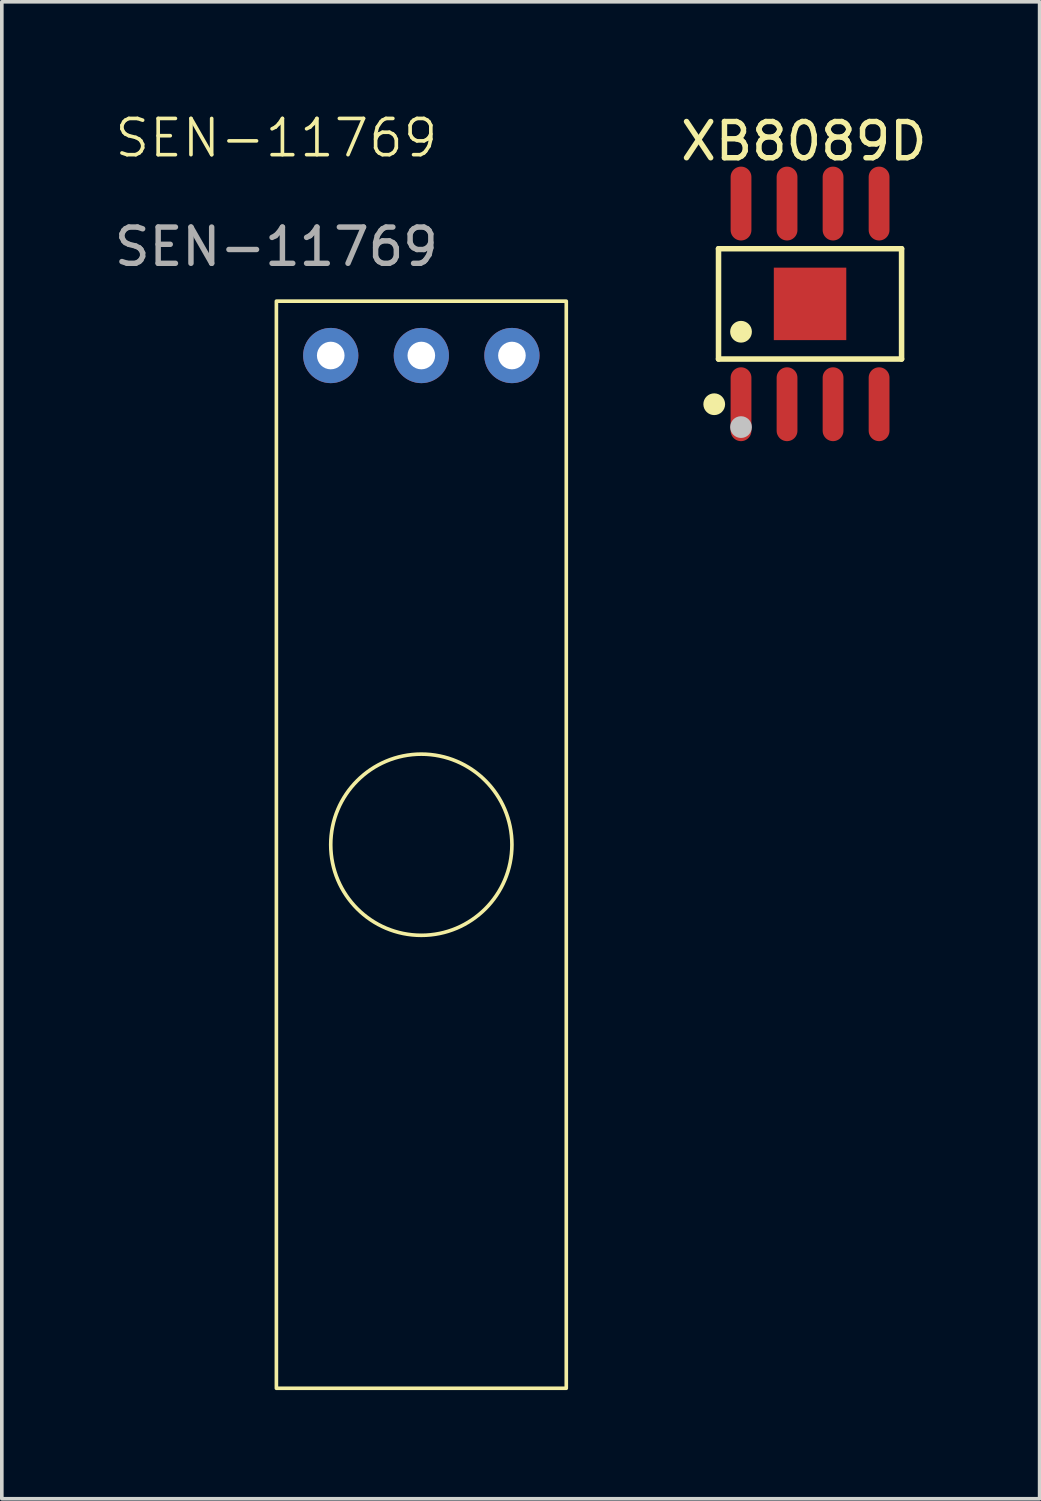
<source format=kicad_pcb>
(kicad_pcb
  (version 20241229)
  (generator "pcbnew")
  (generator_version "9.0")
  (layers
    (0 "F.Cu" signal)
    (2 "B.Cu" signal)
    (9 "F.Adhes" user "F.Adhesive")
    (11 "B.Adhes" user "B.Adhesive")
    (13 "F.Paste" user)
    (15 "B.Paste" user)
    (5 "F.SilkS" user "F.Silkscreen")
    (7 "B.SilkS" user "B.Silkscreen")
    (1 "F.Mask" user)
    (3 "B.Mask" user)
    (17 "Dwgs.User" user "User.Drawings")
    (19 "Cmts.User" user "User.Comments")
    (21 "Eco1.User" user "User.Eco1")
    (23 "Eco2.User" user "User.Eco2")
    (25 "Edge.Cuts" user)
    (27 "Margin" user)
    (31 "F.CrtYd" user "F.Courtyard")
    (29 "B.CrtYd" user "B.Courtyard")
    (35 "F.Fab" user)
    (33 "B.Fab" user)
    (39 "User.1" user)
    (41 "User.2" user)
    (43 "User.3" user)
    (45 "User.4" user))
  (footprint "XB8089D"
    (layer "F.Cu")
    (at 19.304 5.336)
    (property "Reference" "XB8089D" (at -0.171 -4.488 0) (layer "F.SilkS") (effects (font (size 1 1) (thickness 0.15))))
    (fp_line (start -2.526 -1.522) (end 2.526 -1.522) (stroke (width 0.152) (type default)) (layer "F.SilkS"))
    (fp_line (start -2.526 1.522) (end -2.526 -1.522) (stroke (width 0.152) (type default)) (layer "F.SilkS"))
    (fp_line (start 2.526 -1.522) (end 2.526 1.522) (stroke (width 0.152) (type default)) (layer "F.SilkS"))
    (fp_line (start 2.526 1.522) (end -2.526 1.522) (stroke (width 0.152) (type default)) (layer "F.SilkS"))
    (fp_circle (center -2.644 2.769) (end -2.494 2.769) (stroke (width 0.3) (type default)) (fill no) (layer "F.SilkS"))
    (fp_circle (center -1.905 0.769) (end -1.755 0.769) (stroke (width 0.3) (type default)) (fill no) (layer "F.SilkS"))
    (fp_circle (center -1.905 3.4) (end -1.755 3.4) (stroke (width 0.3) (type default)) (fill no) (layer "Dwgs.User"))
    (fp_poly (pts (xy -2.11 -3) (xy -2.11 -2.165) (xy -1.7 -2.165) (xy -1.7 -3)) (stroke (width 0.1) (type default)) (fill no) (layer "User.1"))
    (fp_poly (pts (xy -2.11 -2.175) (xy -2.11 -1.94) (xy -1.7 -1.94) (xy -1.7 -2.175)) (stroke (width 0.1) (type default)) (fill no) (layer "User.1"))
    (fp_poly (pts (xy -2.11 2.175) (xy -2.11 1.94) (xy -1.7 1.94) (xy -1.7 2.175)) (stroke (width 0.1) (type default)) (fill no) (layer "User.1"))
    (fp_poly (pts (xy -2.11 3) (xy -2.11 2.165) (xy -1.7 2.165) (xy -1.7 3)) (stroke (width 0.1) (type default)) (fill no) (layer "User.1"))
    (fp_poly (pts (xy -1 1) (xy -1 -1) (xy 1 -1) (xy 1 1)) (stroke (width 0.1) (type default)) (fill no) (layer "User.1"))
    (fp_poly (pts (xy -0.84 -3) (xy -0.84 -2.165) (xy -0.43 -2.165) (xy -0.43 -3)) (stroke (width 0.1) (type default)) (fill no) (layer "User.1"))
    (fp_poly (pts (xy -0.84 -2.175) (xy -0.84 -1.94) (xy -0.43 -1.94) (xy -0.43 -2.175)) (stroke (width 0.1) (type default)) (fill no) (layer "User.1"))
    (fp_poly (pts (xy -0.84 2.175) (xy -0.84 1.94) (xy -0.43 1.94) (xy -0.43 2.175)) (stroke (width 0.1) (type default)) (fill no) (layer "User.1"))
    (fp_poly (pts (xy -0.84 3) (xy -0.84 2.165) (xy -0.43 2.165) (xy -0.43 3)) (stroke (width 0.1) (type default)) (fill no) (layer "User.1"))
    (fp_poly (pts (xy 0.43 -3) (xy 0.43 -2.165) (xy 0.84 -2.165) (xy 0.84 -3)) (stroke (width 0.1) (type default)) (fill no) (layer "User.1"))
    (fp_poly (pts (xy 0.43 -2.175) (xy 0.43 -1.94) (xy 0.84 -1.94) (xy 0.84 -2.175)) (stroke (width 0.1) (type default)) (fill no) (layer "User.1"))
    (fp_poly (pts (xy 0.43 2.175) (xy 0.43 1.94) (xy 0.84 1.94) (xy 0.84 2.175)) (stroke (width 0.1) (type default)) (fill no) (layer "User.1"))
    (fp_poly (pts (xy 0.43 3) (xy 0.43 2.165) (xy 0.84 2.165) (xy 0.84 3)) (stroke (width 0.1) (type default)) (fill no) (layer "User.1"))
    (fp_poly (pts (xy 1.7 -3) (xy 1.7 -2.165) (xy 2.11 -2.165) (xy 2.11 -3)) (stroke (width 0.1) (type default)) (fill no) (layer "User.1"))
    (fp_poly (pts (xy 1.7 -2.175) (xy 1.7 -1.94) (xy 2.11 -1.94) (xy 2.11 -2.175)) (stroke (width 0.1) (type default)) (fill no) (layer "User.1"))
    (fp_poly (pts (xy 1.7 2.175) (xy 1.7 1.94) (xy 2.11 1.94) (xy 2.11 2.175)) (stroke (width 0.1) (type default)) (fill no) (layer "User.1"))
    (fp_poly (pts (xy 1.7 3) (xy 1.7 2.165) (xy 2.11 2.165) (xy 2.11 3)) (stroke (width 0.1) (type default)) (fill no) (layer "User.1"))
    (fp_line (start -2.45 -1.95) (end 2.45 -1.95) (stroke (width 0.051) (type default)) (layer "User.2"))
    (fp_line (start -2.45 1.95) (end -2.45 -1.95) (stroke (width 0.051) (type default)) (layer "User.2"))
    (fp_line (start 2.45 -1.95) (end 2.45 1.95) (stroke (width 0.051) (type default)) (layer "User.2"))
    (fp_line (start 2.45 1.95) (end -2.45 1.95) (stroke (width 0.051) (type default)) (layer "User.2"))
    (fp_poly (pts (xy -2.39 3) (xy -2.408 2.958) (xy -2.45 2.94) (xy -2.492 2.958) (xy -2.51 3) (xy -2.492 3.042) (xy -2.45 3.06) (xy -2.408 3.042)) (stroke (width 0.1) (type default)) (fill no) (layer "User.3"))
    (pad "1" smd oval (at -1.905 2.769) (size 0.574 2.038) (layers "F.Cu" "F.Mask" "F.Paste"))
    (pad "2" smd oval (at -0.635 2.769) (size 0.574 2.038) (layers "F.Cu" "F.Mask" "F.Paste"))
    (pad "3" smd oval (at 0.635 2.769) (size 0.574 2.038) (layers "F.Cu" "F.Mask" "F.Paste"))
    (pad "4" smd oval (at 1.905 2.769) (size 0.574 2.038) (layers "F.Cu" "F.Mask" "F.Paste"))
    (pad "5" smd oval (at 1.905 -2.769) (size 0.574 2.038) (layers "F.Cu" "F.Mask" "F.Paste"))
    (pad "6" smd oval (at 0.635 -2.769) (size 0.574 2.038) (layers "F.Cu" "F.Mask" "F.Paste"))
    (pad "7" smd oval (at -0.635 -2.769) (size 0.574 2.038) (layers "F.Cu" "F.Mask" "F.Paste"))
    (pad "8" smd oval (at -1.905 -2.769) (size 0.574 2.038) (layers "F.Cu" "F.Mask" "F.Paste"))
    (pad "9" smd rect (at 0 0) (size 2 2) (layers "F.Cu" "F.Mask" "F.Paste")))
  (footprint "SEN-11769"
    (layer "F.Cu")
    (at 4.577 5.261)
    (property "Reference" "SEN-11769" (at 0 -4.5 0) (unlocked yes) (layer "F.SilkS") (effects (font (size 1 1) (thickness 0.1))))
    (attr through_hole)
    (fp_rect (start 0 0) (end 8 30) (stroke (width 0.1) (type default)) (fill no) (layer "F.SilkS"))
    (fp_circle (center 4 15) (end 6 13.5) (stroke (width 0.1) (type default)) (fill no) (layer "F.SilkS"))
    (fp_text user "${REFERENCE}" (at 0 -1.5 0) (unlocked yes) (layer "F.Fab") (effects (font (size 1 1) (thickness 0.15))))
    (pad "1" thru_hole circle (at 1.5 1.5) (size 1.524 1.524) (drill 0.762) (layers "*.Cu" "*.Mask"))
    (pad "2" thru_hole circle (at 4 1.5) (size 1.524 1.524) (drill 0.762) (layers "*.Cu" "*.Mask"))
    (pad "3" thru_hole circle (at 6.5 1.5) (size 1.524 1.524) (drill 0.762) (layers "*.Cu" "*.Mask")))
  (gr_rect
    (start -3 -3)
    (end 25.639 38.31)
    (stroke (width 0.1) (type default))
    (fill no)
    (layer "Edge.Cuts")))
</source>
